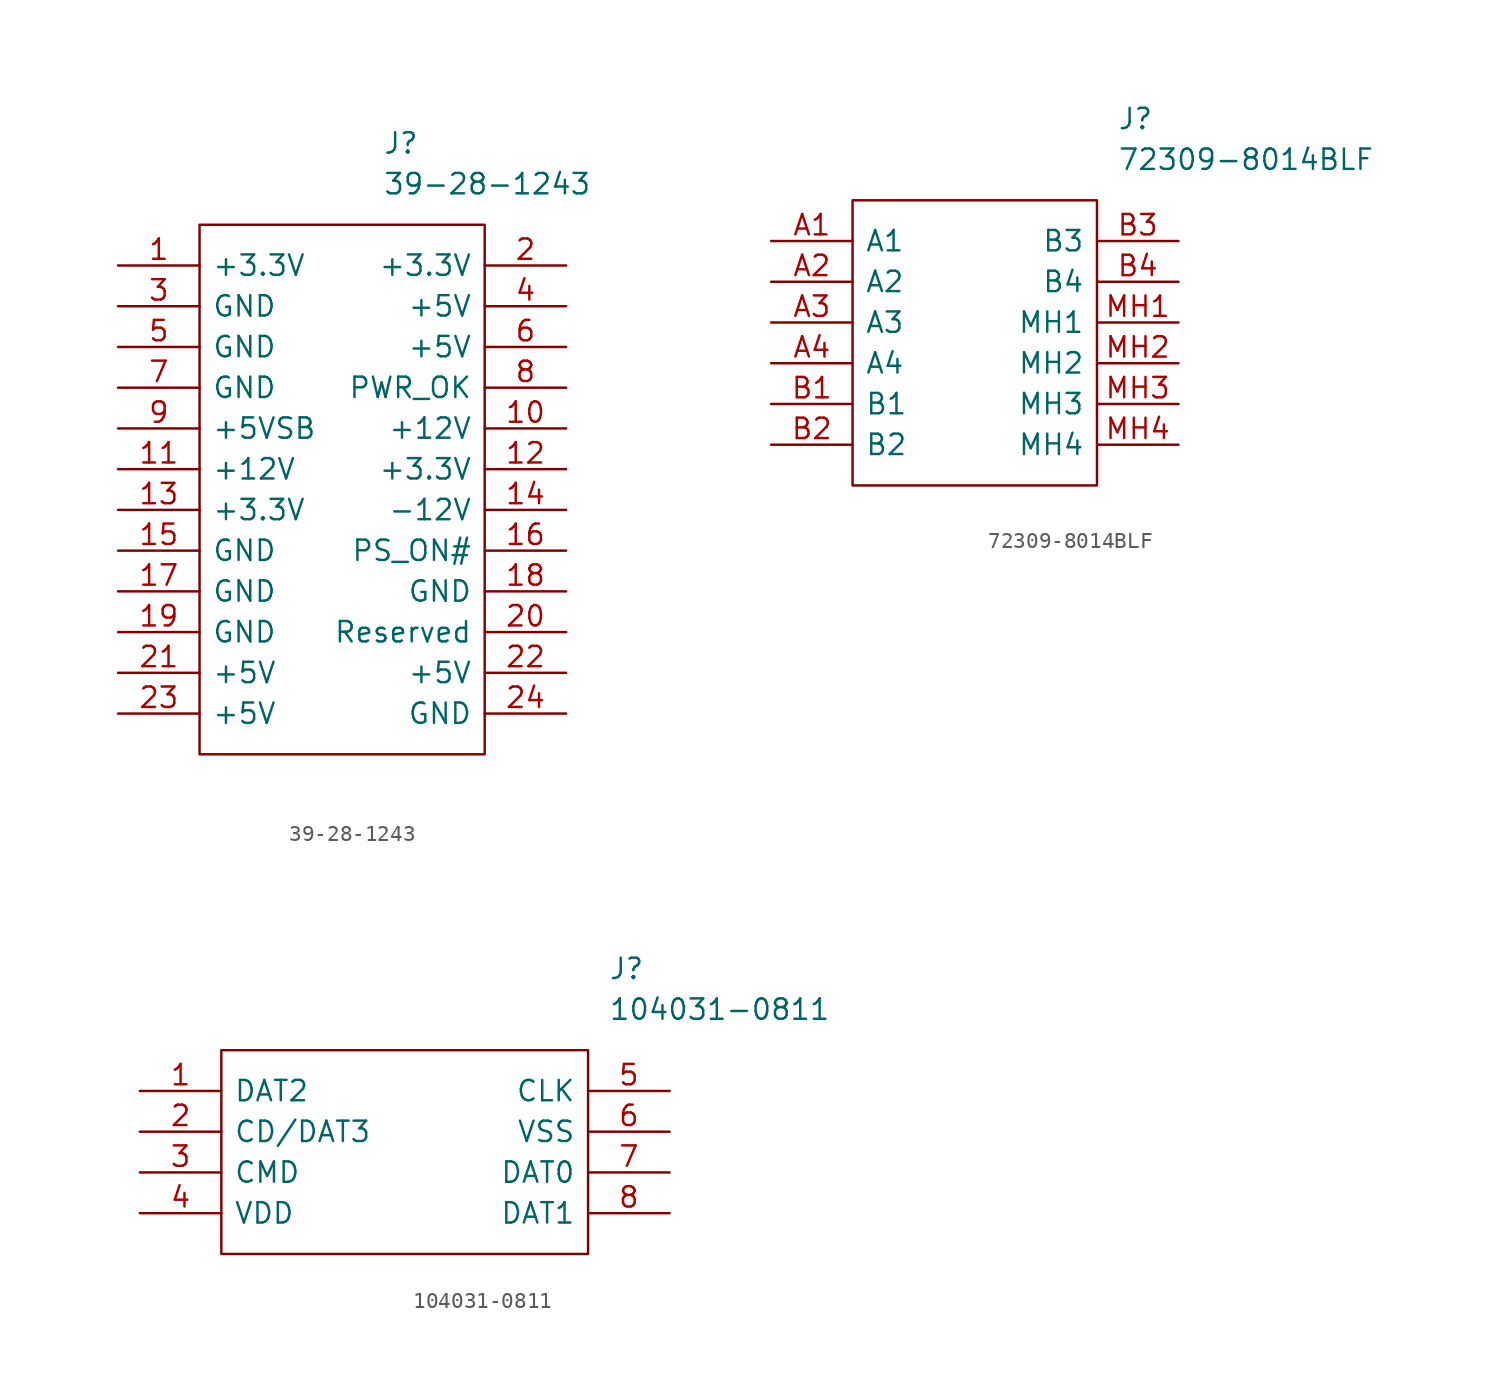
<source format=kicad_sym>
(kicad_symbol_lib
  (version 20201005)
  (generator kicad_symbol_editor)
  (symbol "CM4_MATX:39-28-1243"
    (pin_names
      (offset 0.762))
    (property "Reference" "J"
      (at 16.51 7.62 0)
      (effects (font (size 1.27 1.27)) (justify left)))
    (property "Value" "39-28-1243"
      (at 16.51 5.08 0)
      (effects (font (size 1.27 1.27)) (justify left)))
    (symbol "39-28-1243_0_1"
      (polyline (pts (xy 5.08 2.54) (xy 22.86 2.54) (xy 22.86 -30.48) (xy 5.08 -30.48) (xy 5.08 2.54)) (stroke (width 0.152)) (fill (type none))))
    (symbol "39-28-1243_0_0"
      (pin passive line (at 0 0 0) (length 5.08) (name "+3.3V" (effects (font (size 1.27 1.27)))) (number "1" (effects (font (size 1.27 1.27)))))
      (pin passive line (at 0 -2.54 0) (length 5.08) (name "GND" (effects (font (size 1.27 1.27)))) (number "3" (effects (font (size 1.27 1.27)))))
      (pin passive line (at 0 -5.08 0) (length 5.08) (name "GND" (effects (font (size 1.27 1.27)))) (number "5" (effects (font (size 1.27 1.27)))))
      (pin passive line (at 0 -7.62 0) (length 5.08) (name "GND" (effects (font (size 1.27 1.27)))) (number "7" (effects (font (size 1.27 1.27)))))
      (pin passive line (at 0 -10.16 0) (length 5.08) (name "+5VSB" (effects (font (size 1.27 1.27)))) (number "9" (effects (font (size 1.27 1.27)))))
      (pin passive line (at 0 -12.7 0) (length 5.08) (name "+12V" (effects (font (size 1.27 1.27)))) (number "11" (effects (font (size 1.27 1.27)))))
      (pin passive line (at 0 -15.24 0) (length 5.08) (name "+3.3V" (effects (font (size 1.27 1.27)))) (number "13" (effects (font (size 1.27 1.27)))))
      (pin passive line (at 0 -17.78 0) (length 5.08) (name "GND" (effects (font (size 1.27 1.27)))) (number "15" (effects (font (size 1.27 1.27)))))
      (pin passive line (at 0 -20.32 0) (length 5.08) (name "GND" (effects (font (size 1.27 1.27)))) (number "17" (effects (font (size 1.27 1.27)))))
      (pin passive line (at 0 -22.86 0) (length 5.08) (name "GND" (effects (font (size 1.27 1.27)))) (number "19" (effects (font (size 1.27 1.27)))))
      (pin passive line (at 0 -25.4 0) (length 5.08) (name "+5V" (effects (font (size 1.27 1.27)))) (number "21" (effects (font (size 1.27 1.27)))))
      (pin passive line (at 0 -27.94 0) (length 5.08) (name "+5V" (effects (font (size 1.27 1.27)))) (number "23" (effects (font (size 1.27 1.27)))))
      (pin passive line (at 27.94 0 180) (length 5.08) (name "+3.3V" (effects (font (size 1.27 1.27)))) (number "2" (effects (font (size 1.27 1.27)))))
      (pin passive line (at 27.94 -2.54 180) (length 5.08) (name "+5V" (effects (font (size 1.27 1.27)))) (number "4" (effects (font (size 1.27 1.27)))))
      (pin passive line (at 27.94 -5.08 180) (length 5.08) (name "+5V" (effects (font (size 1.27 1.27)))) (number "6" (effects (font (size 1.27 1.27)))))
      (pin passive line (at 27.94 -7.62 180) (length 5.08) (name "PWR_OK" (effects (font (size 1.27 1.27)))) (number "8" (effects (font (size 1.27 1.27)))))
      (pin passive line (at 27.94 -10.16 180) (length 5.08) (name "+12V" (effects (font (size 1.27 1.27)))) (number "10" (effects (font (size 1.27 1.27)))))
      (pin passive line (at 27.94 -12.7 180) (length 5.08) (name "+3.3V" (effects (font (size 1.27 1.27)))) (number "12" (effects (font (size 1.27 1.27)))))
      (pin passive line (at 27.94 -15.24 180) (length 5.08) (name "-12V" (effects (font (size 1.27 1.27)))) (number "14" (effects (font (size 1.27 1.27)))))
      (pin passive line (at 27.94 -17.78 180) (length 5.08) (name "PS_ON#" (effects (font (size 1.27 1.27)))) (number "16" (effects (font (size 1.27 1.27)))))
      (pin passive line (at 27.94 -20.32 180) (length 5.08) (name "GND" (effects (font (size 1.27 1.27)))) (number "18" (effects (font (size 1.27 1.27)))))
      (pin passive line (at 27.94 -22.86 180) (length 5.08) (name "Reserved" (effects (font (size 1.27 1.27)))) (number "20" (effects (font (size 1.27 1.27)))))
      (pin passive line (at 27.94 -25.4 180) (length 5.08) (name "+5V" (effects (font (size 1.27 1.27)))) (number "22" (effects (font (size 1.27 1.27)))))
      (pin passive line (at 27.94 -27.94 180) (length 5.08) (name "GND" (effects (font (size 1.27 1.27)))) (number "24" (effects (font (size 1.27 1.27)))))))
  (symbol "CM4_MATX:72309-8014BLF"
    (pin_names
      (offset 0.762))
    (property "Reference" "J"
      (at 21.59 7.62 0)
      (effects (font (size 1.27 1.27)) (justify left)))
    (property "Value" "72309-8014BLF"
      (at 21.59 5.08 0)
      (effects (font (size 1.27 1.27)) (justify left)))
    (symbol "72309-8014BLF_0_1"
      (polyline (pts (xy 5.08 2.54) (xy 20.32 2.54) (xy 20.32 -15.24) (xy 5.08 -15.24) (xy 5.08 2.54)) (stroke (width 0.152)) (fill (type none))))
    (symbol "72309-8014BLF_0_0"
      (pin passive line (at 0 0 0) (length 5.08) (name "A1" (effects (font (size 1.27 1.27)))) (number "A1" (effects (font (size 1.27 1.27)))))
      (pin passive line (at 0 -2.54 0) (length 5.08) (name "A2" (effects (font (size 1.27 1.27)))) (number "A2" (effects (font (size 1.27 1.27)))))
      (pin passive line (at 0 -5.08 0) (length 5.08) (name "A3" (effects (font (size 1.27 1.27)))) (number "A3" (effects (font (size 1.27 1.27)))))
      (pin passive line (at 0 -7.62 0) (length 5.08) (name "A4" (effects (font (size 1.27 1.27)))) (number "A4" (effects (font (size 1.27 1.27)))))
      (pin passive line (at 0 -10.16 0) (length 5.08) (name "B1" (effects (font (size 1.27 1.27)))) (number "B1" (effects (font (size 1.27 1.27)))))
      (pin passive line (at 0 -12.7 0) (length 5.08) (name "B2" (effects (font (size 1.27 1.27)))) (number "B2" (effects (font (size 1.27 1.27)))))
      (pin passive line (at 25.4 0 180) (length 5.08) (name "B3" (effects (font (size 1.27 1.27)))) (number "B3" (effects (font (size 1.27 1.27)))))
      (pin passive line (at 25.4 -2.54 180) (length 5.08) (name "B4" (effects (font (size 1.27 1.27)))) (number "B4" (effects (font (size 1.27 1.27)))))
      (pin passive line (at 25.4 -5.08 180) (length 5.08) (name "MH1" (effects (font (size 1.27 1.27)))) (number "MH1" (effects (font (size 1.27 1.27)))))
      (pin passive line (at 25.4 -7.62 180) (length 5.08) (name "MH2" (effects (font (size 1.27 1.27)))) (number "MH2" (effects (font (size 1.27 1.27)))))
      (pin passive line (at 25.4 -10.16 180) (length 5.08) (name "MH3" (effects (font (size 1.27 1.27)))) (number "MH3" (effects (font (size 1.27 1.27)))))
      (pin passive line (at 25.4 -12.7 180) (length 5.08) (name "MH4" (effects (font (size 1.27 1.27)))) (number "MH4" (effects (font (size 1.27 1.27)))))))
  (symbol "CM4_MATX:104031-0811"
    (pin_names
      (offset 0.762))
    (property "Reference" "J"
      (at 29.21 7.62 0)
      (effects (font (size 1.27 1.27)) (justify left)))
    (property "Value" "104031-0811"
      (at 29.21 5.08 0)
      (effects (font (size 1.27 1.27)) (justify left)))
    (symbol "104031-0811_0_1"
      (polyline (pts (xy 5.08 2.54) (xy 27.94 2.54) (xy 27.94 -10.16) (xy 5.08 -10.16) (xy 5.08 2.54)) (stroke (width 0.152)) (fill (type none))))
    (symbol "104031-0811_0_0"
      (pin passive line (at 0 0 0) (length 5.08) (name "DAT2" (effects (font (size 1.27 1.27)))) (number "1" (effects (font (size 1.27 1.27)))))
      (pin passive line (at 0 -2.54 0) (length 5.08) (name "CD/DAT3" (effects (font (size 1.27 1.27)))) (number "2" (effects (font (size 1.27 1.27)))))
      (pin passive line (at 0 -5.08 0) (length 5.08) (name "CMD" (effects (font (size 1.27 1.27)))) (number "3" (effects (font (size 1.27 1.27)))))
      (pin passive line (at 0 -7.62 0) (length 5.08) (name "VDD" (effects (font (size 1.27 1.27)))) (number "4" (effects (font (size 1.27 1.27)))))
      (pin passive line (at 33.02 0 180) (length 5.08) (name "CLK" (effects (font (size 1.27 1.27)))) (number "5" (effects (font (size 1.27 1.27)))))
      (pin passive line (at 33.02 -2.54 180) (length 5.08) (name "VSS" (effects (font (size 1.27 1.27)))) (number "6" (effects (font (size 1.27 1.27)))))
      (pin passive line (at 33.02 -5.08 180) (length 5.08) (name "DAT0" (effects (font (size 1.27 1.27)))) (number "7" (effects (font (size 1.27 1.27)))))
      (pin passive line (at 33.02 -7.62 180) (length 5.08) (name "DAT1" (effects (font (size 1.27 1.27)))) (number "8" (effects (font (size 1.27 1.27))))))))
</source>
